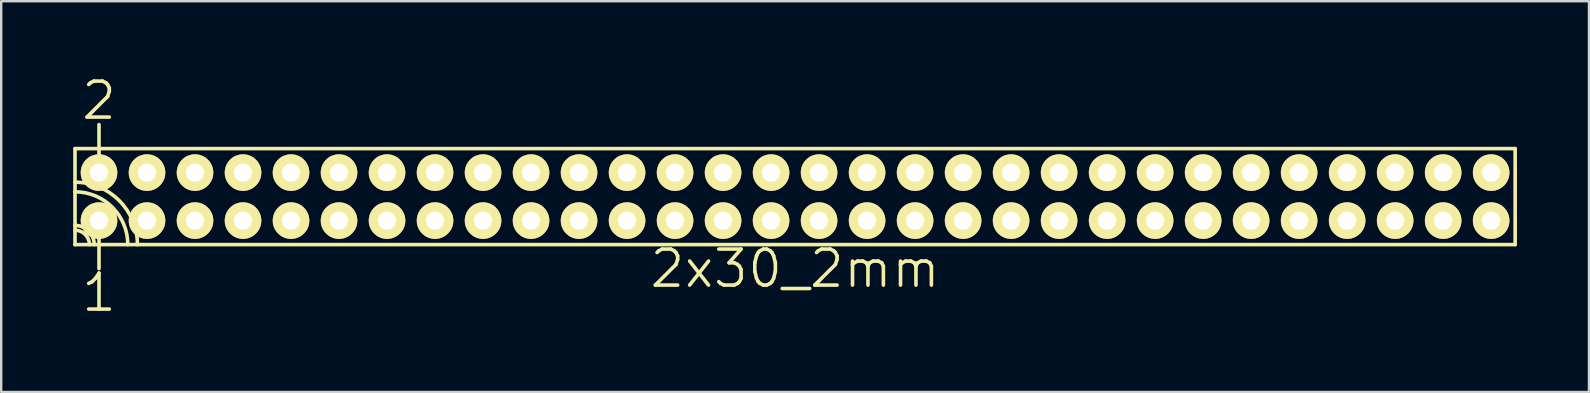
<source format=kicad_pcb>
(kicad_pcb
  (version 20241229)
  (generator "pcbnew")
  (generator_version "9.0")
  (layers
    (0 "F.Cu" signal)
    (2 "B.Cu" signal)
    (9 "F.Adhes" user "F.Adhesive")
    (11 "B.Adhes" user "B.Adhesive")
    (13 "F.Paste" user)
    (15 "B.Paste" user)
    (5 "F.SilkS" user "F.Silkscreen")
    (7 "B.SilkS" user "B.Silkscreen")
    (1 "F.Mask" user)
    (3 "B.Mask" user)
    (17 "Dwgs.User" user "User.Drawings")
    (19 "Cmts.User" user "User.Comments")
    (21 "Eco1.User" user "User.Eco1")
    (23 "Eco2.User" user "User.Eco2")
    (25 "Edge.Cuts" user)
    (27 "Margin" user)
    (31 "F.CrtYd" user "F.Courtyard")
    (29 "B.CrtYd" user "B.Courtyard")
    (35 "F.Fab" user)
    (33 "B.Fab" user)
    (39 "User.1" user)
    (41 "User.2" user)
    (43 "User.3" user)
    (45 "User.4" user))
  (footprint "2x30_2mm"
    (layer "F.Cu")
    (at 30.075 5.141)
    (property "Reference" "2x30_2mm" (at 0 3 0) (layer "F.SilkS") (effects (font (size 1.5 1.5) (thickness 0.15))))
    (attr through_hole)
    (fp_line (start -30 -2) (end 30 -2) (stroke (width 0.15) (type solid)) (layer "F.SilkS"))
    (fp_line (start -30 2) (end -30 -2) (stroke (width 0.15) (type solid)) (layer "F.SilkS"))
    (fp_line (start -29 -1) (end -29 -3) (stroke (width 0.15) (type solid)) (layer "F.SilkS"))
    (fp_line (start -29 1) (end -29 3) (stroke (width 0.15) (type solid)) (layer "F.SilkS"))
    (fp_line (start 30 -2) (end 30 2) (stroke (width 0.15) (type solid)) (layer "F.SilkS"))
    (fp_line (start 30 2) (end -30 2) (stroke (width 0.15) (type solid)) (layer "F.SilkS"))
    (fp_arc (start -30 -0.6) (mid -28.161522 0.161522) (end -27.4 2) (stroke (width 0.15) (type solid)) (layer "F.SilkS"))
    (fp_arc (start -30 -0.2) (mid -28.444365 0.444365) (end -27.8 2) (stroke (width 0.15) (type solid)) (layer "F.SilkS"))
    (fp_arc (start -30 1.2) (mid -29.434315 1.434315) (end -29.2 2) (stroke (width 0.15) (type solid)) (layer "F.SilkS"))
    (fp_arc (start -30 1.4) (mid -29.575736 1.575736) (end -29.4 2) (stroke (width 0.15) (type solid)) (layer "F.SilkS"))
    (fp_text user "2" (at -29 -4 0) (layer "F.SilkS") (effects (font (size 1.5 1.5) (thickness 0.15))))
    (fp_text user "1" (at -29 4 0) (layer "F.SilkS") (effects (font (size 1.5 1.5) (thickness 0.15))))
    (pad "1" thru_hole circle (at -29 1) (size 1.524 1.524) (drill 0.762) (layers "*.Cu" "*.Mask" "F.SilkS"))
    (pad "2" thru_hole circle (at -29 -1) (size 1.524 1.524) (drill 0.762) (layers "*.Cu" "*.Mask" "F.SilkS"))
    (pad "3" thru_hole circle (at -27 1) (size 1.524 1.524) (drill 0.762) (layers "*.Cu" "*.Mask" "F.SilkS"))
    (pad "4" thru_hole circle (at -27 -1) (size 1.524 1.524) (drill 0.762) (layers "*.Cu" "*.Mask" "F.SilkS"))
    (pad "5" thru_hole circle (at -25 1) (size 1.524 1.524) (drill 0.762) (layers "*.Cu" "*.Mask" "F.SilkS"))
    (pad "6" thru_hole circle (at -25 -1) (size 1.524 1.524) (drill 0.762) (layers "*.Cu" "*.Mask" "F.SilkS"))
    (pad "7" thru_hole circle (at -23 1) (size 1.524 1.524) (drill 0.762) (layers "*.Cu" "*.Mask" "F.SilkS"))
    (pad "8" thru_hole circle (at -23 -1) (size 1.524 1.524) (drill 0.762) (layers "*.Cu" "*.Mask" "F.SilkS"))
    (pad "9" thru_hole circle (at -21 1) (size 1.524 1.524) (drill 0.762) (layers "*.Cu" "*.Mask" "F.SilkS"))
    (pad "10" thru_hole circle (at -21 -1) (size 1.524 1.524) (drill 0.762) (layers "*.Cu" "*.Mask" "F.SilkS"))
    (pad "11" thru_hole circle (at -19 1) (size 1.524 1.524) (drill 0.762) (layers "*.Cu" "*.Mask" "F.SilkS"))
    (pad "12" thru_hole circle (at -19 -1) (size 1.524 1.524) (drill 0.762) (layers "*.Cu" "*.Mask" "F.SilkS"))
    (pad "13" thru_hole circle (at -17 1) (size 1.524 1.524) (drill 0.762) (layers "*.Cu" "*.Mask" "F.SilkS"))
    (pad "14" thru_hole circle (at -17 -1) (size 1.524 1.524) (drill 0.762) (layers "*.Cu" "*.Mask" "F.SilkS"))
    (pad "15" thru_hole circle (at -15 1) (size 1.524 1.524) (drill 0.762) (layers "*.Cu" "*.Mask" "F.SilkS"))
    (pad "16" thru_hole circle (at -15 -1) (size 1.524 1.524) (drill 0.762) (layers "*.Cu" "*.Mask" "F.SilkS"))
    (pad "17" thru_hole circle (at -13 1) (size 1.524 1.524) (drill 0.762) (layers "*.Cu" "*.Mask" "F.SilkS"))
    (pad "18" thru_hole circle (at -13 -1) (size 1.524 1.524) (drill 0.762) (layers "*.Cu" "*.Mask" "F.SilkS"))
    (pad "19" thru_hole circle (at -11 1) (size 1.524 1.524) (drill 0.762) (layers "*.Cu" "*.Mask" "F.SilkS"))
    (pad "20" thru_hole circle (at -11 -1) (size 1.524 1.524) (drill 0.762) (layers "*.Cu" "*.Mask" "F.SilkS"))
    (pad "21" thru_hole circle (at -9 1) (size 1.524 1.524) (drill 0.762) (layers "*.Cu" "*.Mask" "F.SilkS"))
    (pad "22" thru_hole circle (at -9 -1) (size 1.524 1.524) (drill 0.762) (layers "*.Cu" "*.Mask" "F.SilkS"))
    (pad "23" thru_hole circle (at -7 1) (size 1.524 1.524) (drill 0.762) (layers "*.Cu" "*.Mask" "F.SilkS"))
    (pad "24" thru_hole circle (at -7 -1) (size 1.524 1.524) (drill 0.762) (layers "*.Cu" "*.Mask" "F.SilkS"))
    (pad "25" thru_hole circle (at -5 1) (size 1.524 1.524) (drill 0.762) (layers "*.Cu" "*.Mask" "F.SilkS"))
    (pad "26" thru_hole circle (at -5 -1) (size 1.524 1.524) (drill 0.762) (layers "*.Cu" "*.Mask" "F.SilkS"))
    (pad "27" thru_hole circle (at -3 1) (size 1.524 1.524) (drill 0.762) (layers "*.Cu" "*.Mask" "F.SilkS"))
    (pad "28" thru_hole circle (at -3 -1) (size 1.524 1.524) (drill 0.762) (layers "*.Cu" "*.Mask" "F.SilkS"))
    (pad "29" thru_hole circle (at -1 1) (size 1.524 1.524) (drill 0.762) (layers "*.Cu" "*.Mask" "F.SilkS"))
    (pad "30" thru_hole circle (at -1 -1) (size 1.524 1.524) (drill 0.762) (layers "*.Cu" "*.Mask" "F.SilkS"))
    (pad "31" thru_hole circle (at 1 1) (size 1.524 1.524) (drill 0.762) (layers "*.Cu" "*.Mask" "F.SilkS"))
    (pad "32" thru_hole circle (at 1 -1) (size 1.524 1.524) (drill 0.762) (layers "*.Cu" "*.Mask" "F.SilkS"))
    (pad "33" thru_hole circle (at 3 1) (size 1.524 1.524) (drill 0.762) (layers "*.Cu" "*.Mask" "F.SilkS"))
    (pad "34" thru_hole circle (at 3 -1) (size 1.524 1.524) (drill 0.762) (layers "*.Cu" "*.Mask" "F.SilkS"))
    (pad "35" thru_hole circle (at 5 1) (size 1.524 1.524) (drill 0.762) (layers "*.Cu" "*.Mask" "F.SilkS"))
    (pad "36" thru_hole circle (at 5 -1) (size 1.524 1.524) (drill 0.762) (layers "*.Cu" "*.Mask" "F.SilkS"))
    (pad "37" thru_hole circle (at 7 1) (size 1.524 1.524) (drill 0.762) (layers "*.Cu" "*.Mask" "F.SilkS"))
    (pad "38" thru_hole circle (at 7 -1) (size 1.524 1.524) (drill 0.762) (layers "*.Cu" "*.Mask" "F.SilkS"))
    (pad "39" thru_hole circle (at 9 1) (size 1.524 1.524) (drill 0.762) (layers "*.Cu" "*.Mask" "F.SilkS"))
    (pad "40" thru_hole circle (at 9 -1) (size 1.524 1.524) (drill 0.762) (layers "*.Cu" "*.Mask" "F.SilkS"))
    (pad "41" thru_hole circle (at 11 1) (size 1.524 1.524) (drill 0.762) (layers "*.Cu" "*.Mask" "F.SilkS"))
    (pad "42" thru_hole circle (at 11 -1) (size 1.524 1.524) (drill 0.762) (layers "*.Cu" "*.Mask" "F.SilkS"))
    (pad "43" thru_hole circle (at 13 1) (size 1.524 1.524) (drill 0.762) (layers "*.Cu" "*.Mask" "F.SilkS"))
    (pad "44" thru_hole circle (at 13 -1) (size 1.524 1.524) (drill 0.762) (layers "*.Cu" "*.Mask" "F.SilkS"))
    (pad "45" thru_hole circle (at 15 1) (size 1.524 1.524) (drill 0.762) (layers "*.Cu" "*.Mask" "F.SilkS"))
    (pad "46" thru_hole circle (at 15 -1) (size 1.524 1.524) (drill 0.762) (layers "*.Cu" "*.Mask" "F.SilkS"))
    (pad "47" thru_hole circle (at 17 1) (size 1.524 1.524) (drill 0.762) (layers "*.Cu" "*.Mask" "F.SilkS"))
    (pad "48" thru_hole circle (at 17 -1) (size 1.524 1.524) (drill 0.762) (layers "*.Cu" "*.Mask" "F.SilkS"))
    (pad "49" thru_hole circle (at 19 1) (size 1.524 1.524) (drill 0.762) (layers "*.Cu" "*.Mask" "F.SilkS"))
    (pad "50" thru_hole circle (at 19 -1) (size 1.524 1.524) (drill 0.762) (layers "*.Cu" "*.Mask" "F.SilkS"))
    (pad "51" thru_hole circle (at 21 1) (size 1.524 1.524) (drill 0.762) (layers "*.Cu" "*.Mask" "F.SilkS"))
    (pad "52" thru_hole circle (at 21 -1) (size 1.524 1.524) (drill 0.762) (layers "*.Cu" "*.Mask" "F.SilkS"))
    (pad "53" thru_hole circle (at 23 1) (size 1.524 1.524) (drill 0.762) (layers "*.Cu" "*.Mask" "F.SilkS"))
    (pad "54" thru_hole circle (at 23 -1) (size 1.524 1.524) (drill 0.762) (layers "*.Cu" "*.Mask" "F.SilkS"))
    (pad "55" thru_hole circle (at 25 1) (size 1.524 1.524) (drill 0.762) (layers "*.Cu" "*.Mask" "F.SilkS"))
    (pad "56" thru_hole circle (at 25 -1) (size 1.524 1.524) (drill 0.762) (layers "*.Cu" "*.Mask" "F.SilkS"))
    (pad "57" thru_hole circle (at 27 1) (size 1.524 1.524) (drill 0.762) (layers "*.Cu" "*.Mask" "F.SilkS"))
    (pad "58" thru_hole circle (at 27 -1) (size 1.524 1.524) (drill 0.762) (layers "*.Cu" "*.Mask" "F.SilkS"))
    (pad "59" thru_hole circle (at 29 1) (size 1.524 1.524) (drill 0.762) (layers "*.Cu" "*.Mask" "F.SilkS"))
    (pad "60" thru_hole circle (at 29 -1) (size 1.524 1.524) (drill 0.762) (layers "*.Cu" "*.Mask" "F.SilkS")))
  (gr_rect
    (start -3 -3)
    (end 63.15 13.281)
    (stroke (width 0.1) (type default))
    (fill no)
    (layer "Edge.Cuts")))
</source>
